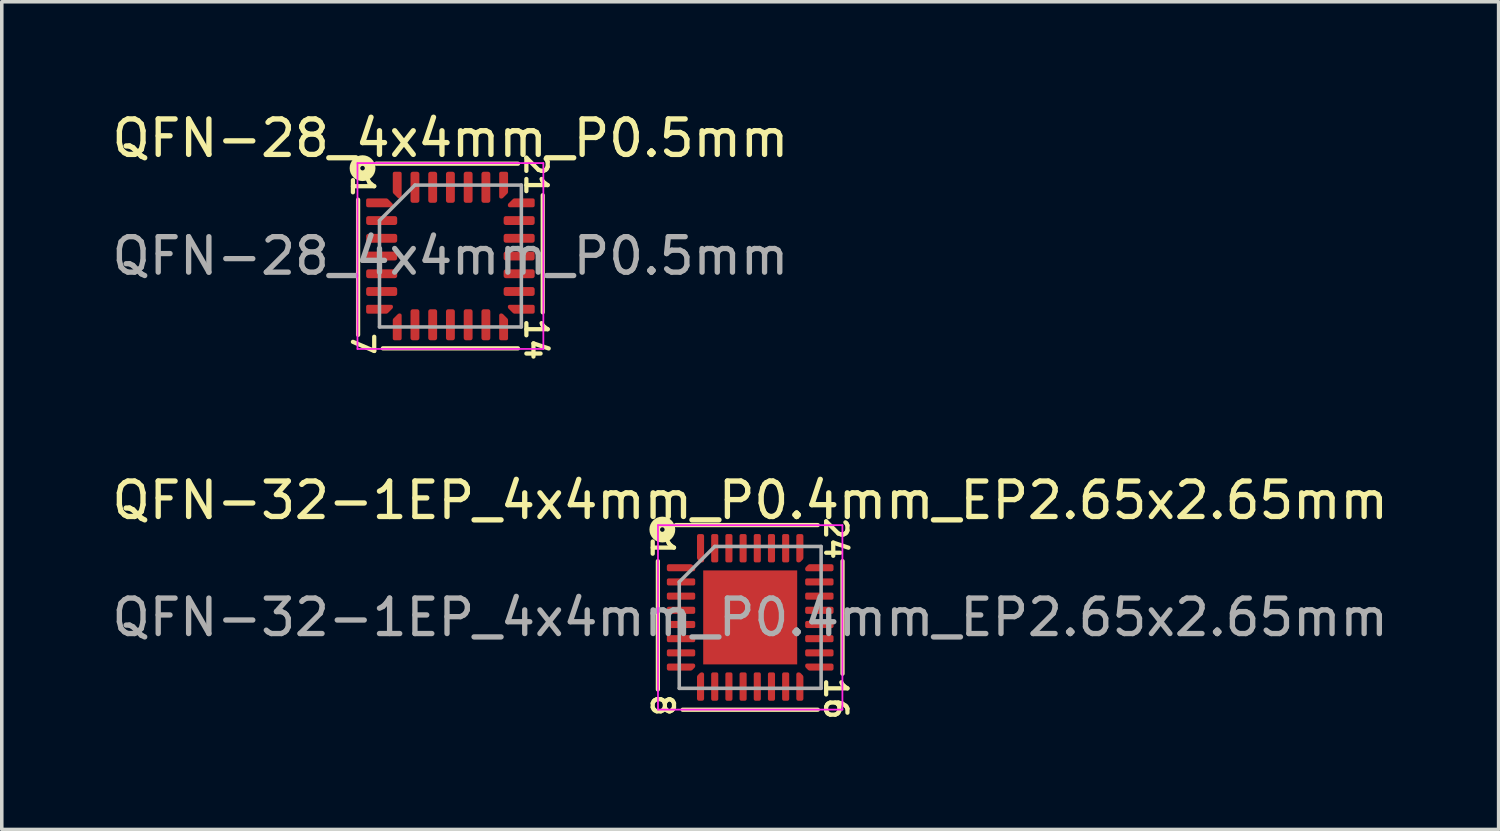
<source format=kicad_pcb>
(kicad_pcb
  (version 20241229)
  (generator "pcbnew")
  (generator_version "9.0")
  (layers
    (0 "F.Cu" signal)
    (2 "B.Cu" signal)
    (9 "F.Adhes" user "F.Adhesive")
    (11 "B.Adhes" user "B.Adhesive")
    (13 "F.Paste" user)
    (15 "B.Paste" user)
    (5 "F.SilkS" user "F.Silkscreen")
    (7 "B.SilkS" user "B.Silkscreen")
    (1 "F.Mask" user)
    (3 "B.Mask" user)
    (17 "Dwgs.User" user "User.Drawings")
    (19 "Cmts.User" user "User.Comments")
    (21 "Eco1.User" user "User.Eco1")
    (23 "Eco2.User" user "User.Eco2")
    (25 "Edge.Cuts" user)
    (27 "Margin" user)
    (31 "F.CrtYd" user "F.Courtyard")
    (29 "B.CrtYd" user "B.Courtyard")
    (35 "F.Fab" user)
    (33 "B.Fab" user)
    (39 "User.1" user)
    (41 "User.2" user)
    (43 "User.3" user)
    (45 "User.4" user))
  (footprint "QFN-32-1EP_4x4mm_P0.4mm_EP2.65x2.65mm"
    (layer "F.Cu")
    (at 18.101 14.357)
    (property "Reference" "QFN-32-1EP_4x4mm_P0.4mm_EP2.65x2.65mm" (at 0 -3.3 0) (layer "F.SilkS") (effects (font (size 1 1) (thickness 0.15))))
    (attr smd)
    (fp_line (start -2.603 -1.587) (end -2.603 2.032) (stroke (width 0.12) (type solid)) (layer "F.SilkS"))
    (fp_line (start -1.905 2.603) (end 1.905 2.603) (stroke (width 0.12) (type solid)) (layer "F.SilkS"))
    (fp_line (start 1.905 -2.603) (end -2.095 -2.603) (stroke (width 0.12) (type solid)) (layer "F.SilkS"))
    (fp_line (start 2.603 1.587) (end 2.603 -1.587) (stroke (width 0.12) (type solid)) (layer "F.SilkS"))
    (fp_circle (center -2.477 -2.477) (end -2.413 -2.477) (stroke (width 0.3) (type solid)) (fill no) (layer "F.SilkS"))
    (fp_line (start -2.6 -2.6) (end -2.6 2.6) (stroke (width 0.05) (type solid)) (layer "F.CrtYd"))
    (fp_line (start -2.6 2.6) (end 2.6 2.6) (stroke (width 0.05) (type solid)) (layer "F.CrtYd"))
    (fp_line (start 2.6 -2.6) (end -2.6 -2.6) (stroke (width 0.05) (type solid)) (layer "F.CrtYd"))
    (fp_line (start 2.6 2.6) (end 2.6 -2.6) (stroke (width 0.05) (type solid)) (layer "F.CrtYd"))
    (fp_line (start -2 -1) (end -1 -2) (stroke (width 0.1) (type solid)) (layer "F.Fab"))
    (fp_line (start -2 2) (end -2 -1) (stroke (width 0.1) (type solid)) (layer "F.Fab"))
    (fp_line (start -1 -2) (end 2 -2) (stroke (width 0.1) (type solid)) (layer "F.Fab"))
    (fp_line (start 2 -2) (end 2 2) (stroke (width 0.1) (type solid)) (layer "F.Fab"))
    (fp_line (start 2 2) (end -2 2) (stroke (width 0.1) (type solid)) (layer "F.Fab"))
    (fp_text user "1" (at -2.477 -1.968 270) (unlocked yes) (layer "F.SilkS") (effects (font (size 0.6 0.6) (thickness 0.12))))
    (fp_text user "8" (at -2.477 2.477 270) (unlocked yes) (layer "F.SilkS") (effects (font (size 0.6 0.6) (thickness 0.12))))
    (fp_text user "16" (at 2.413 2.286 270) (unlocked yes) (layer "F.SilkS") (effects (font (size 0.6 0.6) (thickness 0.12))))
    (fp_text user "24" (at 2.413 -2.223 270) (unlocked yes) (layer "F.SilkS") (effects (font (size 0.6 0.6) (thickness 0.12))))
    (fp_text user "${REFERENCE}" (at 0 0 0) (layer "F.Fab") (effects (font (size 1 1) (thickness 0.15))))
    (pad "" smd roundrect (at -0.66 -0.66) (size 1.07 1.07) (layers "F.Paste") (roundrect_rratio 0.234))
    (pad "" smd roundrect (at -0.66 0.66) (size 1.07 1.07) (layers "F.Paste") (roundrect_rratio 0.234))
    (pad "" smd roundrect (at 0.66 -0.66) (size 1.07 1.07) (layers "F.Paste") (roundrect_rratio 0.234))
    (pad "" smd roundrect (at 0.66 0.66) (size 1.07 1.07) (layers "F.Paste") (roundrect_rratio 0.234))
    (pad "1" smd custom (at -1.95 -1.4) (size 0.129 0.129) (layers "F.Cu" "F.Mask" "F.Paste") (options (anchor circle)) (primitives (gr_poly (pts (xy 0.35 0.021) (xy 0.35 0.05) (xy -0.35 0.05) (xy -0.35 -0.05) (xy 0.279 -0.05)) (width 0.1) (fill yes))))
    (pad "2" smd roundrect (at -1.95 -1) (size 0.8 0.2) (layers "F.Cu" "F.Mask" "F.Paste") (roundrect_rratio 0.25))
    (pad "3" smd roundrect (at -1.95 -0.6) (size 0.8 0.2) (layers "F.Cu" "F.Mask" "F.Paste") (roundrect_rratio 0.25))
    (pad "4" smd roundrect (at -1.95 -0.2) (size 0.8 0.2) (layers "F.Cu" "F.Mask" "F.Paste") (roundrect_rratio 0.25))
    (pad "5" smd roundrect (at -1.95 0.2) (size 0.8 0.2) (layers "F.Cu" "F.Mask" "F.Paste") (roundrect_rratio 0.25))
    (pad "6" smd roundrect (at -1.95 0.6) (size 0.8 0.2) (layers "F.Cu" "F.Mask" "F.Paste") (roundrect_rratio 0.25))
    (pad "7" smd roundrect (at -1.95 1) (size 0.8 0.2) (layers "F.Cu" "F.Mask" "F.Paste") (roundrect_rratio 0.25))
    (pad "8" smd custom (at -1.95 1.4) (size 0.129 0.129) (layers "F.Cu" "F.Mask" "F.Paste") (options (anchor circle)) (primitives (gr_poly (pts (xy 0.35 -0.021) (xy 0.279 0.05) (xy -0.35 0.05) (xy -0.35 -0.05) (xy 0.35 -0.05)) (width 0.1) (fill yes))))
    (pad "9" smd custom (at -1.4 1.95) (size 0.129 0.129) (layers "F.Cu" "F.Mask" "F.Paste") (options (anchor circle)) (primitives (gr_poly (pts (xy 0.05 0.35) (xy -0.05 0.35) (xy -0.05 -0.279) (xy 0.021 -0.35) (xy 0.05 -0.35)) (width 0.1) (fill yes))))
    (pad "10" smd roundrect (at -1 1.95) (size 0.2 0.8) (layers "F.Cu" "F.Mask" "F.Paste") (roundrect_rratio 0.25))
    (pad "11" smd roundrect (at -0.6 1.95) (size 0.2 0.8) (layers "F.Cu" "F.Mask" "F.Paste") (roundrect_rratio 0.25))
    (pad "12" smd roundrect (at -0.2 1.95) (size 0.2 0.8) (layers "F.Cu" "F.Mask" "F.Paste") (roundrect_rratio 0.25))
    (pad "13" smd roundrect (at 0.2 1.95) (size 0.2 0.8) (layers "F.Cu" "F.Mask" "F.Paste") (roundrect_rratio 0.25))
    (pad "14" smd roundrect (at 0.6 1.95) (size 0.2 0.8) (layers "F.Cu" "F.Mask" "F.Paste") (roundrect_rratio 0.25))
    (pad "15" smd roundrect (at 1 1.95) (size 0.2 0.8) (layers "F.Cu" "F.Mask" "F.Paste") (roundrect_rratio 0.25))
    (pad "16" smd custom (at 1.4 1.95) (size 0.129 0.129) (layers "F.Cu" "F.Mask" "F.Paste") (options (anchor circle)) (primitives (gr_poly (pts (xy 0.05 -0.279) (xy 0.05 0.35) (xy -0.05 0.35) (xy -0.05 -0.35) (xy -0.021 -0.35)) (width 0.1) (fill yes))))
    (pad "17" smd custom (at 1.95 1.4) (size 0.129 0.129) (layers "F.Cu" "F.Mask" "F.Paste") (options (anchor circle)) (primitives (gr_poly (pts (xy 0.35 0.05) (xy -0.279 0.05) (xy -0.35 -0.021) (xy -0.35 -0.05) (xy 0.35 -0.05)) (width 0.1) (fill yes))))
    (pad "18" smd roundrect (at 1.95 1) (size 0.8 0.2) (layers "F.Cu" "F.Mask" "F.Paste") (roundrect_rratio 0.25))
    (pad "19" smd roundrect (at 1.95 0.6) (size 0.8 0.2) (layers "F.Cu" "F.Mask" "F.Paste") (roundrect_rratio 0.25))
    (pad "20" smd roundrect (at 1.95 0.2) (size 0.8 0.2) (layers "F.Cu" "F.Mask" "F.Paste") (roundrect_rratio 0.25))
    (pad "21" smd roundrect (at 1.95 -0.2) (size 0.8 0.2) (layers "F.Cu" "F.Mask" "F.Paste") (roundrect_rratio 0.25))
    (pad "22" smd roundrect (at 1.95 -0.6) (size 0.8 0.2) (layers "F.Cu" "F.Mask" "F.Paste") (roundrect_rratio 0.25))
    (pad "23" smd roundrect (at 1.95 -1) (size 0.8 0.2) (layers "F.Cu" "F.Mask" "F.Paste") (roundrect_rratio 0.25))
    (pad "24" smd custom (at 1.95 -1.4) (size 0.129 0.129) (layers "F.Cu" "F.Mask" "F.Paste") (options (anchor circle)) (primitives (gr_poly (pts (xy 0.35 0.05) (xy -0.35 0.05) (xy -0.35 0.021) (xy -0.279 -0.05) (xy 0.35 -0.05)) (width 0.1) (fill yes))))
    (pad "25" smd custom (at 1.4 -1.95) (size 0.129 0.129) (layers "F.Cu" "F.Mask" "F.Paste") (options (anchor circle)) (primitives (gr_poly (pts (xy 0.05 0.279) (xy -0.021 0.35) (xy -0.05 0.35) (xy -0.05 -0.35) (xy 0.05 -0.35)) (width 0.1) (fill yes))))
    (pad "26" smd roundrect (at 1 -1.95) (size 0.2 0.8) (layers "F.Cu" "F.Mask" "F.Paste") (roundrect_rratio 0.25))
    (pad "27" smd roundrect (at 0.6 -1.95) (size 0.2 0.8) (layers "F.Cu" "F.Mask" "F.Paste") (roundrect_rratio 0.25))
    (pad "28" smd roundrect (at 0.2 -1.95) (size 0.2 0.8) (layers "F.Cu" "F.Mask" "F.Paste") (roundrect_rratio 0.25))
    (pad "29" smd roundrect (at -0.2 -1.95) (size 0.2 0.8) (layers "F.Cu" "F.Mask" "F.Paste") (roundrect_rratio 0.25))
    (pad "30" smd roundrect (at -0.6 -1.95) (size 0.2 0.8) (layers "F.Cu" "F.Mask" "F.Paste") (roundrect_rratio 0.25))
    (pad "31" smd roundrect (at -1 -1.95) (size 0.2 0.8) (layers "F.Cu" "F.Mask" "F.Paste") (roundrect_rratio 0.25))
    (pad "32" smd custom (at -1.4 -1.95) (size 0.129 0.129) (layers "F.Cu" "F.Mask" "F.Paste") (options (anchor circle)) (primitives (gr_poly (pts (xy 0.05 0.35) (xy 0.021 0.35) (xy -0.05 0.279) (xy -0.05 -0.35) (xy 0.05 -0.35)) (width 0.1) (fill yes))))
    (pad "33" smd rect (at 0 0) (size 2.65 2.65) (layers "F.Cu" "F.Mask")))
  (footprint "QFN-28_4x4mm_P0.5mm"
    (layer "F.Cu")
    (at 9.649 4.168)
    (property "Reference" "QFN-28_4x4mm_P0.5mm" (at 0 -3.32 0) (layer "F.SilkS") (effects (font (size 1 1) (thickness 0.15))))
    (attr smd)
    (fp_line (start -2.603 -1.587) (end -2.603 2.223) (stroke (width 0.12) (type solid)) (layer "F.SilkS"))
    (fp_line (start -1.905 2.603) (end 1.905 2.603) (stroke (width 0.12) (type solid)) (layer "F.SilkS"))
    (fp_line (start 1.905 -2.603) (end -2.095 -2.603) (stroke (width 0.12) (type solid)) (layer "F.SilkS"))
    (fp_line (start 2.603 1.587) (end 2.603 -1.714) (stroke (width 0.12) (type solid)) (layer "F.SilkS"))
    (fp_circle (center -2.477 -2.477) (end -2.413 -2.477) (stroke (width 0.3) (type solid)) (fill no) (layer "F.SilkS"))
    (fp_line (start -2.62 -2.62) (end -2.62 2.62) (stroke (width 0.05) (type solid)) (layer "F.CrtYd"))
    (fp_line (start -2.62 2.62) (end 2.62 2.62) (stroke (width 0.05) (type solid)) (layer "F.CrtYd"))
    (fp_line (start 2.62 -2.62) (end -2.62 -2.62) (stroke (width 0.05) (type solid)) (layer "F.CrtYd"))
    (fp_line (start 2.62 2.62) (end 2.62 -2.62) (stroke (width 0.05) (type solid)) (layer "F.CrtYd"))
    (fp_line (start -2 -1) (end -1 -2) (stroke (width 0.1) (type solid)) (layer "F.Fab"))
    (fp_line (start -2 2) (end -2 -1) (stroke (width 0.1) (type solid)) (layer "F.Fab"))
    (fp_line (start -1 -2) (end 2 -2) (stroke (width 0.1) (type solid)) (layer "F.Fab"))
    (fp_line (start 2 -2) (end 2 2) (stroke (width 0.1) (type solid)) (layer "F.Fab"))
    (fp_line (start 2 2) (end -2 2) (stroke (width 0.1) (type solid)) (layer "F.Fab"))
    (fp_text user "14" (at 2.413 2.349 270) (unlocked yes) (layer "F.SilkS") (effects (font (size 0.6 0.6) (thickness 0.12))))
    (fp_text user "21" (at 2.413 -2.286 270) (unlocked yes) (layer "F.SilkS") (effects (font (size 0.6 0.6) (thickness 0.12))))
    (fp_text user "1" (at -2.477 -1.968 270) (unlocked yes) (layer "F.SilkS") (effects (font (size 0.6 0.6) (thickness 0.12))))
    (fp_text user "7" (at -2.477 2.477 270) (unlocked yes) (layer "F.SilkS") (effects (font (size 0.6 0.6) (thickness 0.12))))
    (fp_text user "${REFERENCE}" (at 0 0 0) (layer "F.Fab") (effects (font (size 1 1) (thickness 0.15))))
    (pad "1" smd custom (at -1.998 -1.5) (size 0.137 0.137) (layers "F.Cu" "F.Mask" "F.Paste") (options (anchor circle)) (primitives (gr_poly (pts (xy 0.333 0.054) (xy 0.333 0.08) (xy -0.333 0.08) (xy -0.333 -0.08) (xy 0.199 -0.08)) (width 0.09) (fill yes))))
    (pad "2" smd roundrect (at -1.938 -1) (size 0.875 0.25) (layers "F.Cu" "F.Mask" "F.Paste") (roundrect_rratio 0.25))
    (pad "3" smd roundrect (at -1.938 -0.5) (size 0.875 0.25) (layers "F.Cu" "F.Mask" "F.Paste") (roundrect_rratio 0.25))
    (pad "4" smd roundrect (at -1.938 0) (size 0.875 0.25) (layers "F.Cu" "F.Mask" "F.Paste") (roundrect_rratio 0.25))
    (pad "5" smd roundrect (at -1.938 0.5) (size 0.875 0.25) (layers "F.Cu" "F.Mask" "F.Paste") (roundrect_rratio 0.25))
    (pad "6" smd roundrect (at -1.938 1) (size 0.875 0.25) (layers "F.Cu" "F.Mask" "F.Paste") (roundrect_rratio 0.25))
    (pad "7" smd custom (at -1.998 1.5) (size 0.137 0.137) (layers "F.Cu" "F.Mask" "F.Paste") (options (anchor circle)) (primitives (gr_poly (pts (xy 0.333 -0.054) (xy 0.199 0.08) (xy -0.333 0.08) (xy -0.333 -0.08) (xy 0.333 -0.08)) (width 0.09) (fill yes))))
    (pad "8" smd custom (at -1.5 1.998) (size 0.137 0.137) (layers "F.Cu" "F.Mask" "F.Paste") (options (anchor circle)) (primitives (gr_poly (pts (xy 0.08 0.333) (xy -0.08 0.333) (xy -0.08 -0.199) (xy 0.054 -0.333) (xy 0.08 -0.333)) (width 0.09) (fill yes))))
    (pad "9" smd roundrect (at -1 1.938) (size 0.25 0.875) (layers "F.Cu" "F.Mask" "F.Paste") (roundrect_rratio 0.25))
    (pad "10" smd roundrect (at -0.5 1.938) (size 0.25 0.875) (layers "F.Cu" "F.Mask" "F.Paste") (roundrect_rratio 0.25))
    (pad "11" smd roundrect (at 0 1.938) (size 0.25 0.875) (layers "F.Cu" "F.Mask" "F.Paste") (roundrect_rratio 0.25))
    (pad "12" smd roundrect (at 0.5 1.938) (size 0.25 0.875) (layers "F.Cu" "F.Mask" "F.Paste") (roundrect_rratio 0.25))
    (pad "13" smd roundrect (at 1 1.938) (size 0.25 0.875) (layers "F.Cu" "F.Mask" "F.Paste") (roundrect_rratio 0.25))
    (pad "14" smd custom (at 1.5 1.998) (size 0.137 0.137) (layers "F.Cu" "F.Mask" "F.Paste") (options (anchor circle)) (primitives (gr_poly (pts (xy 0.08 -0.199) (xy 0.08 0.333) (xy -0.08 0.333) (xy -0.08 -0.333) (xy -0.054 -0.333)) (width 0.09) (fill yes))))
    (pad "15" smd custom (at 1.998 1.5) (size 0.137 0.137) (layers "F.Cu" "F.Mask" "F.Paste") (options (anchor circle)) (primitives (gr_poly (pts (xy 0.333 0.08) (xy -0.199 0.08) (xy -0.333 -0.054) (xy -0.333 -0.08) (xy 0.333 -0.08)) (width 0.09) (fill yes))))
    (pad "16" smd roundrect (at 1.938 1) (size 0.875 0.25) (layers "F.Cu" "F.Mask" "F.Paste") (roundrect_rratio 0.25))
    (pad "17" smd roundrect (at 1.938 0.5) (size 0.875 0.25) (layers "F.Cu" "F.Mask" "F.Paste") (roundrect_rratio 0.25))
    (pad "18" smd roundrect (at 1.938 0) (size 0.875 0.25) (layers "F.Cu" "F.Mask" "F.Paste") (roundrect_rratio 0.25))
    (pad "19" smd roundrect (at 1.938 -0.5) (size 0.875 0.25) (layers "F.Cu" "F.Mask" "F.Paste") (roundrect_rratio 0.25))
    (pad "20" smd roundrect (at 1.938 -1) (size 0.875 0.25) (layers "F.Cu" "F.Mask" "F.Paste") (roundrect_rratio 0.25))
    (pad "21" smd custom (at 1.998 -1.5) (size 0.137 0.137) (layers "F.Cu" "F.Mask" "F.Paste") (options (anchor circle)) (primitives (gr_poly (pts (xy 0.333 0.08) (xy -0.333 0.08) (xy -0.333 0.054) (xy -0.199 -0.08) (xy 0.333 -0.08)) (width 0.09) (fill yes))))
    (pad "22" smd custom (at 1.5 -1.998) (size 0.137 0.137) (layers "F.Cu" "F.Mask" "F.Paste") (options (anchor circle)) (primitives (gr_poly (pts (xy 0.08 0.199) (xy -0.054 0.333) (xy -0.08 0.333) (xy -0.08 -0.333) (xy 0.08 -0.333)) (width 0.09) (fill yes))))
    (pad "23" smd roundrect (at 1 -1.938) (size 0.25 0.875) (layers "F.Cu" "F.Mask" "F.Paste") (roundrect_rratio 0.25))
    (pad "24" smd roundrect (at 0.5 -1.938) (size 0.25 0.875) (layers "F.Cu" "F.Mask" "F.Paste") (roundrect_rratio 0.25))
    (pad "25" smd roundrect (at 0 -1.938) (size 0.25 0.875) (layers "F.Cu" "F.Mask" "F.Paste") (roundrect_rratio 0.25))
    (pad "26" smd roundrect (at -0.5 -1.938) (size 0.25 0.875) (layers "F.Cu" "F.Mask" "F.Paste") (roundrect_rratio 0.25))
    (pad "27" smd roundrect (at -1 -1.938) (size 0.25 0.875) (layers "F.Cu" "F.Mask" "F.Paste") (roundrect_rratio 0.25))
    (pad "28" smd custom (at -1.5 -1.998) (size 0.137 0.137) (layers "F.Cu" "F.Mask" "F.Paste") (options (anchor circle)) (primitives (gr_poly (pts (xy 0.08 0.333) (xy 0.054 0.333) (xy -0.08 0.199) (xy -0.08 -0.333) (xy 0.08 -0.333)) (width 0.09) (fill yes)))))
  (gr_rect
    (start -3 -3)
    (end 39.202 20.335)
    (stroke (width 0.1) (type default))
    (fill no)
    (layer "Edge.Cuts")))
</source>
